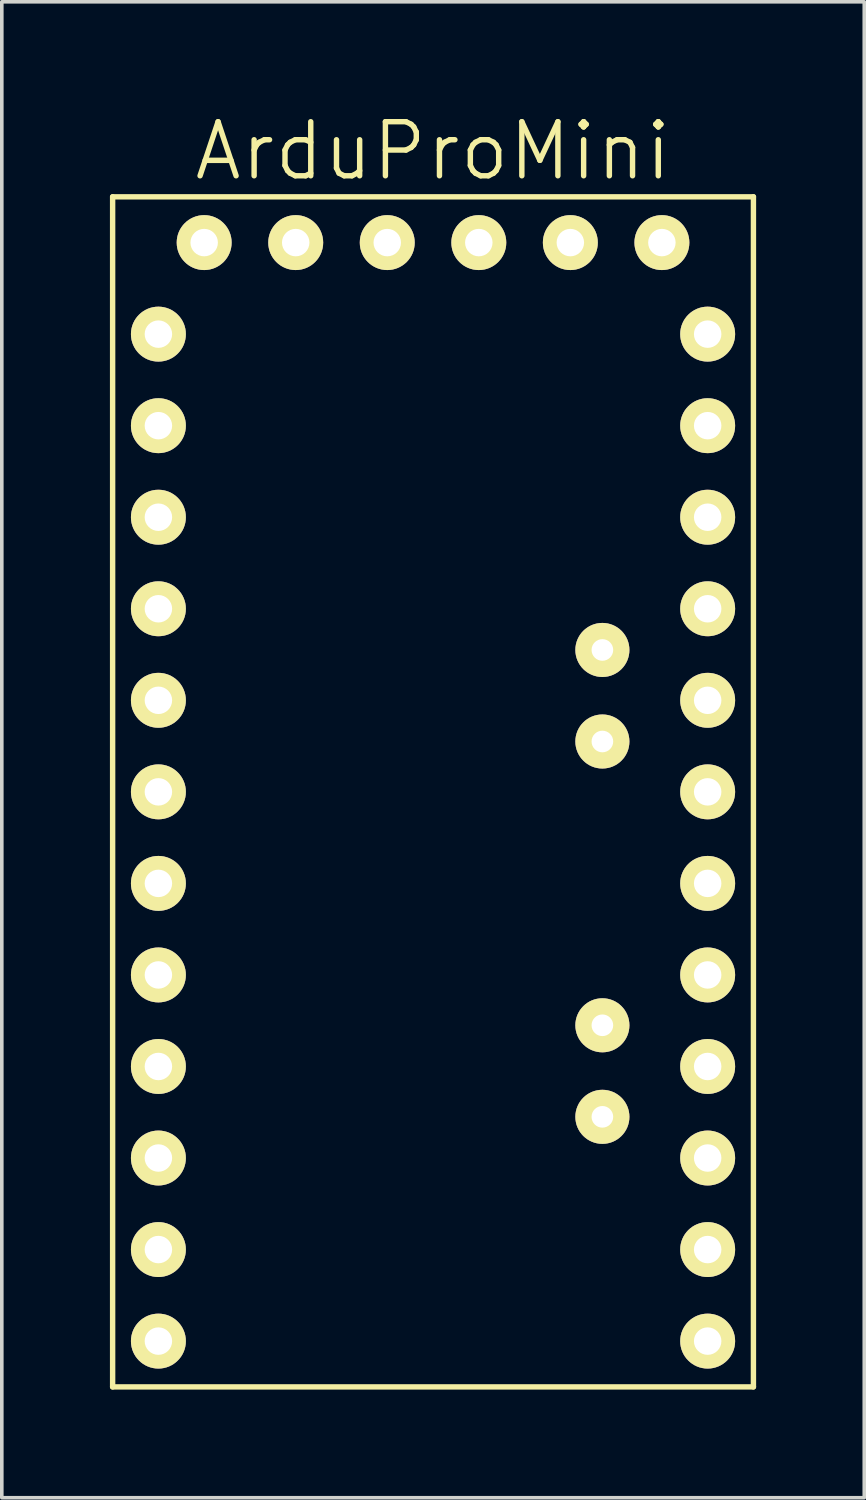
<source format=kicad_pcb>
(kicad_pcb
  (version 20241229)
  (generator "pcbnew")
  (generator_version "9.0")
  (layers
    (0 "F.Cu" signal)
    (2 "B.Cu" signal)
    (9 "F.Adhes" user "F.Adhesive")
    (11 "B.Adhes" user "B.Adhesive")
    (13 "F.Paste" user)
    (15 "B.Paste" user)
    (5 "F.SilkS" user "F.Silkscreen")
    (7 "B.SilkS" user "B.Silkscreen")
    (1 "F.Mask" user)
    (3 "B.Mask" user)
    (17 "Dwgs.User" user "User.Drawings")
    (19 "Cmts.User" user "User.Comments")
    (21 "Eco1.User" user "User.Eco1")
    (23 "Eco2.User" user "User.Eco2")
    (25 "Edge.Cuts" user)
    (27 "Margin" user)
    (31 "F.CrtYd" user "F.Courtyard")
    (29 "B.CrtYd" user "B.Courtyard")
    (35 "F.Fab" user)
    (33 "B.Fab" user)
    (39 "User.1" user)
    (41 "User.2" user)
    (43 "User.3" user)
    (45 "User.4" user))
  (footprint "ArduProMini"
    (layer "F.Cu")
    (at 8.965 18.921)
    (property "Reference" "ArduProMini" (at 0 -17.78 0) (layer "F.SilkS") (effects (font (size 1.5 1.5) (thickness 0.15))))
    (attr through_hole)
    (fp_line (start -8.89 -16.51) (end -8.89 16.51) (stroke (width 0.15) (type solid)) (layer "F.SilkS"))
    (fp_line (start -8.89 16.51) (end 8.89 16.51) (stroke (width 0.15) (type solid)) (layer "F.SilkS"))
    (fp_line (start 8.89 -16.51) (end -8.89 -16.51) (stroke (width 0.15) (type solid)) (layer "F.SilkS"))
    (fp_line (start 8.89 16.51) (end 8.89 -16.51) (stroke (width 0.15) (type solid)) (layer "F.SilkS"))
    (pad "1" thru_hole circle (at -6.35 -15.24) (size 1.524 1.524) (drill 0.762) (layers "*.Cu" "*.Mask" "F.SilkS"))
    (pad "2" thru_hole circle (at -3.81 -15.24) (size 1.524 1.524) (drill 0.762) (layers "*.Cu" "*.Mask" "F.SilkS"))
    (pad "3" thru_hole circle (at -1.27 -15.24) (size 1.524 1.524) (drill 0.762) (layers "*.Cu" "*.Mask" "F.SilkS"))
    (pad "4" thru_hole circle (at 1.27 -15.24) (size 1.524 1.524) (drill 0.762) (layers "*.Cu" "*.Mask" "F.SilkS"))
    (pad "5" thru_hole circle (at 3.81 -15.24) (size 1.524 1.524) (drill 0.762) (layers "*.Cu" "*.Mask" "F.SilkS"))
    (pad "6" thru_hole circle (at 6.35 -15.24) (size 1.524 1.524) (drill 0.762) (layers "*.Cu" "*.Mask" "F.SilkS"))
    (pad "7" thru_hole circle (at -7.62 -12.7) (size 1.524 1.524) (drill 0.762) (layers "*.Cu" "*.Mask" "F.SilkS"))
    (pad "8" thru_hole circle (at -7.62 -10.16) (size 1.524 1.524) (drill 0.762) (layers "*.Cu" "*.Mask" "F.SilkS"))
    (pad "9" thru_hole circle (at -7.62 -7.62) (size 1.524 1.524) (drill 0.762) (layers "*.Cu" "*.Mask" "F.SilkS"))
    (pad "10" thru_hole circle (at -7.62 -5.08) (size 1.524 1.524) (drill 0.762) (layers "*.Cu" "*.Mask" "F.SilkS"))
    (pad "11" thru_hole circle (at -7.62 -2.54) (size 1.524 1.524) (drill 0.762) (layers "*.Cu" "*.Mask" "F.SilkS"))
    (pad "12" thru_hole circle (at -7.62 0) (size 1.524 1.524) (drill 0.762) (layers "*.Cu" "*.Mask" "F.SilkS"))
    (pad "13" thru_hole circle (at -7.62 2.54) (size 1.524 1.524) (drill 0.762) (layers "*.Cu" "*.Mask" "F.SilkS"))
    (pad "14" thru_hole circle (at -7.62 5.08) (size 1.524 1.524) (drill 0.762) (layers "*.Cu" "*.Mask" "F.SilkS"))
    (pad "15" thru_hole circle (at -7.62 7.62) (size 1.524 1.524) (drill 0.762) (layers "*.Cu" "*.Mask" "F.SilkS"))
    (pad "16" thru_hole circle (at -7.62 10.16) (size 1.524 1.524) (drill 0.762) (layers "*.Cu" "*.Mask" "F.SilkS"))
    (pad "17" thru_hole circle (at -7.62 12.7) (size 1.524 1.524) (drill 0.762) (layers "*.Cu" "*.Mask" "F.SilkS"))
    (pad "18" thru_hole circle (at -7.62 15.24) (size 1.524 1.524) (drill 0.762) (layers "*.Cu" "*.Mask" "F.SilkS"))
    (pad "19" thru_hole circle (at 7.62 -12.7) (size 1.524 1.524) (drill 0.762) (layers "*.Cu" "*.Mask" "F.SilkS"))
    (pad "20" thru_hole circle (at 7.62 -10.16) (size 1.524 1.524) (drill 0.762) (layers "*.Cu" "*.Mask" "F.SilkS"))
    (pad "21" thru_hole circle (at 7.62 -7.62) (size 1.524 1.524) (drill 0.762) (layers "*.Cu" "*.Mask" "F.SilkS"))
    (pad "22" thru_hole circle (at 7.62 -5.08) (size 1.524 1.524) (drill 0.762) (layers "*.Cu" "*.Mask" "F.SilkS"))
    (pad "23" thru_hole circle (at 7.62 -2.54) (size 1.524 1.524) (drill 0.762) (layers "*.Cu" "*.Mask" "F.SilkS"))
    (pad "24" thru_hole circle (at 7.62 0) (size 1.524 1.524) (drill 0.762) (layers "*.Cu" "*.Mask" "F.SilkS"))
    (pad "25" thru_hole circle (at 7.62 2.54) (size 1.524 1.524) (drill 0.762) (layers "*.Cu" "*.Mask" "F.SilkS"))
    (pad "26" thru_hole circle (at 7.62 5.08) (size 1.524 1.524) (drill 0.762) (layers "*.Cu" "*.Mask" "F.SilkS"))
    (pad "27" thru_hole circle (at 7.62 7.62) (size 1.524 1.524) (drill 0.762) (layers "*.Cu" "*.Mask" "F.SilkS"))
    (pad "28" thru_hole circle (at 7.62 10.16) (size 1.524 1.524) (drill 0.762) (layers "*.Cu" "*.Mask" "F.SilkS"))
    (pad "29" thru_hole circle (at 7.62 12.7) (size 1.524 1.524) (drill 0.762) (layers "*.Cu" "*.Mask" "F.SilkS"))
    (pad "30" thru_hole circle (at 7.62 15.24) (size 1.524 1.524) (drill 0.762) (layers "*.Cu" "*.Mask" "F.SilkS"))
    (pad "31" thru_hole circle (at 4.699 -3.937) (size 1.5 1.5) (drill 0.6) (layers "*.Cu" "*.Mask" "F.SilkS"))
    (pad "32" thru_hole circle (at 4.699 -1.397) (size 1.5 1.5) (drill 0.6) (layers "*.Cu" "*.Mask" "F.SilkS"))
    (pad "34" thru_hole circle (at 4.699 6.477) (size 1.5 1.5) (drill 0.6) (layers "*.Cu" "*.Mask" "F.SilkS"))
    (pad "35" thru_hole circle (at 4.699 9.017) (size 1.5 1.5) (drill 0.6) (layers "*.Cu" "*.Mask" "F.SilkS")))
  (gr_rect
    (start -3 -3)
    (end 20.93 38.506)
    (stroke (width 0.1) (type default))
    (fill no)
    (layer "Edge.Cuts")))
</source>
